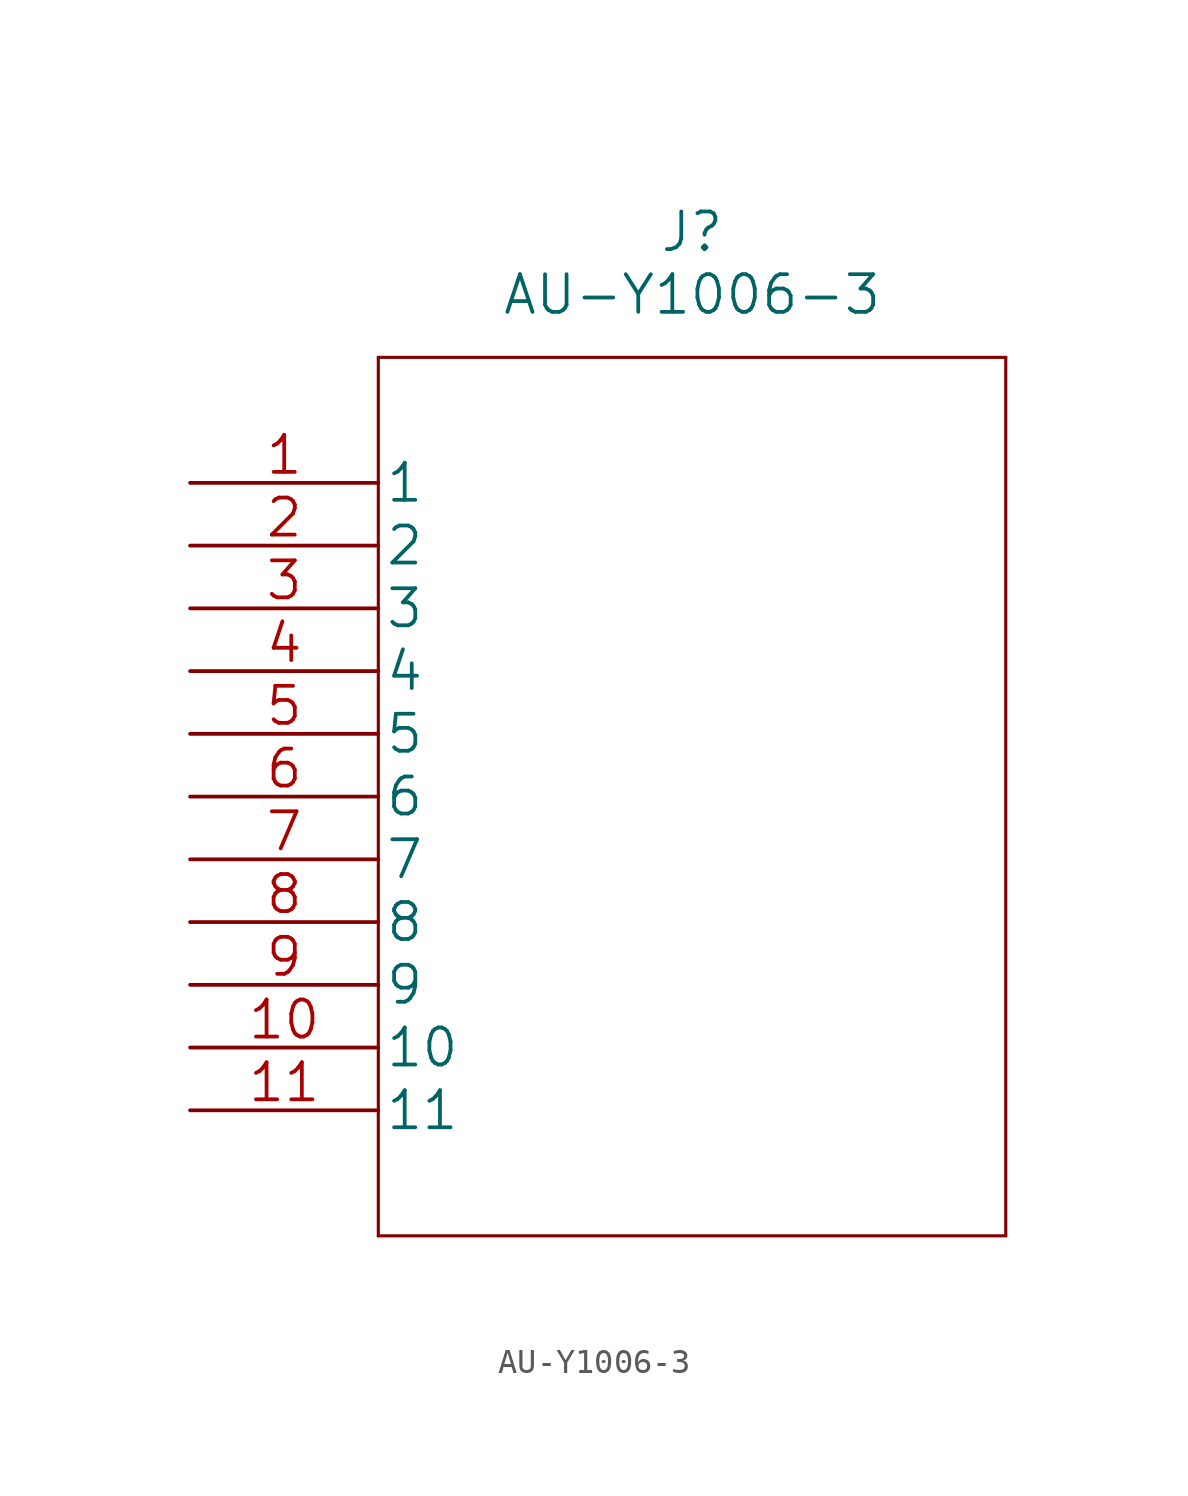
<source format=kicad_sym>
(kicad_symbol_lib
  (version 20211014)
  (generator kicad_symbol_editor)
  (symbol "AU-Y1006-3"
    (pin_names
      (offset 0.254))
    (property "Reference" "J"
      (at 20.32 10.16 0)
      (effects (font (size 1.524 1.524))))
    (property "Value" "AU-Y1006-3"
      (at 20.32 7.62 0)
      (effects (font (size 1.524 1.524))))
    (property "Datasheet" ""
      (at 0 0 0)
      (effects (font (size 1.524 1.524))))
    (property "ki_locked" ""
      (at 0 0 0)
      (effects (font (size 1.27 1.27))))
    (symbol "AU-Y1006-3_1_1"
      (polyline (pts (xy 7.62 -30.48) (xy 33.02 -30.48)) (stroke (width 0.127) (type default) (color 0 0 0 0)) (fill (type none)))
      (polyline (pts (xy 7.62 5.08) (xy 7.62 -30.48)) (stroke (width 0.127) (type default) (color 0 0 0 0)) (fill (type none)))
      (polyline (pts (xy 33.02 -30.48) (xy 33.02 5.08)) (stroke (width 0.127) (type default) (color 0 0 0 0)) (fill (type none)))
      (polyline (pts (xy 33.02 5.08) (xy 7.62 5.08)) (stroke (width 0.127) (type default) (color 0 0 0 0)) (fill (type none)))
      (pin unspecified line (at 0 0 0) (length 7.62) (name "1" (effects (font (size 1.499 1.499)))) (number "1" (effects (font (size 1.499 1.499)))))
      (pin unspecified line (at 0 -22.86 0) (length 7.62) (name "10" (effects (font (size 1.499 1.499)))) (number "10" (effects (font (size 1.499 1.499)))))
      (pin unspecified line (at 0 -25.4 0) (length 7.62) (name "11" (effects (font (size 1.499 1.499)))) (number "11" (effects (font (size 1.499 1.499)))))
      (pin unspecified line (at 0 -2.54 0) (length 7.62) (name "2" (effects (font (size 1.499 1.499)))) (number "2" (effects (font (size 1.499 1.499)))))
      (pin unspecified line (at 0 -5.08 0) (length 7.62) (name "3" (effects (font (size 1.499 1.499)))) (number "3" (effects (font (size 1.499 1.499)))))
      (pin unspecified line (at 0 -7.62 0) (length 7.62) (name "4" (effects (font (size 1.499 1.499)))) (number "4" (effects (font (size 1.499 1.499)))))
      (pin unspecified line (at 0 -10.16 0) (length 7.62) (name "5" (effects (font (size 1.499 1.499)))) (number "5" (effects (font (size 1.499 1.499)))))
      (pin unspecified line (at 0 -12.7 0) (length 7.62) (name "6" (effects (font (size 1.499 1.499)))) (number "6" (effects (font (size 1.499 1.499)))))
      (pin unspecified line (at 0 -15.24 0) (length 7.62) (name "7" (effects (font (size 1.499 1.499)))) (number "7" (effects (font (size 1.499 1.499)))))
      (pin unspecified line (at 0 -17.78 0) (length 7.62) (name "8" (effects (font (size 1.499 1.499)))) (number "8" (effects (font (size 1.499 1.499)))))
      (pin unspecified line (at 0 -20.32 0) (length 7.62) (name "9" (effects (font (size 1.499 1.499)))) (number "9" (effects (font (size 1.499 1.499))))))))
</source>
